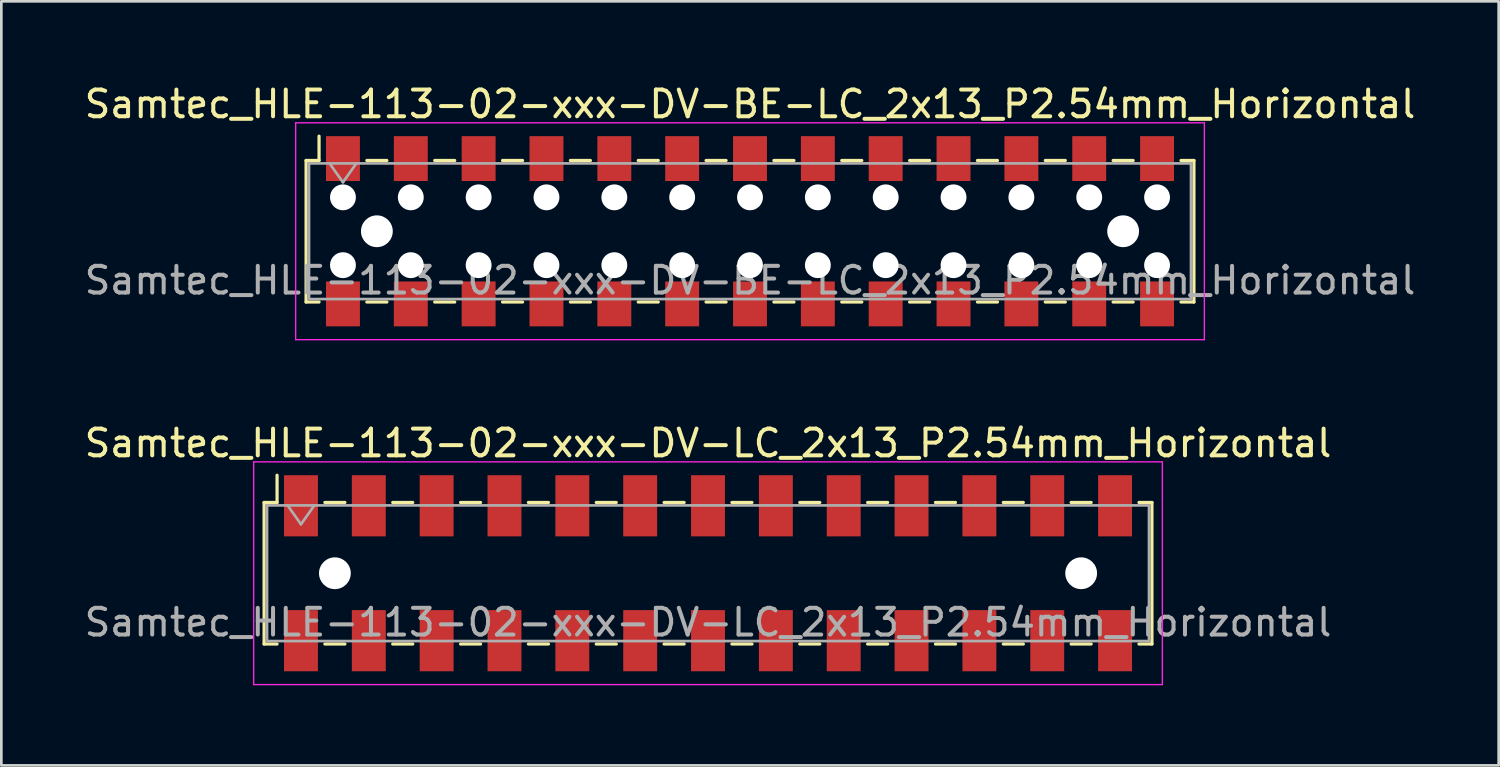
<source format=kicad_pcb>
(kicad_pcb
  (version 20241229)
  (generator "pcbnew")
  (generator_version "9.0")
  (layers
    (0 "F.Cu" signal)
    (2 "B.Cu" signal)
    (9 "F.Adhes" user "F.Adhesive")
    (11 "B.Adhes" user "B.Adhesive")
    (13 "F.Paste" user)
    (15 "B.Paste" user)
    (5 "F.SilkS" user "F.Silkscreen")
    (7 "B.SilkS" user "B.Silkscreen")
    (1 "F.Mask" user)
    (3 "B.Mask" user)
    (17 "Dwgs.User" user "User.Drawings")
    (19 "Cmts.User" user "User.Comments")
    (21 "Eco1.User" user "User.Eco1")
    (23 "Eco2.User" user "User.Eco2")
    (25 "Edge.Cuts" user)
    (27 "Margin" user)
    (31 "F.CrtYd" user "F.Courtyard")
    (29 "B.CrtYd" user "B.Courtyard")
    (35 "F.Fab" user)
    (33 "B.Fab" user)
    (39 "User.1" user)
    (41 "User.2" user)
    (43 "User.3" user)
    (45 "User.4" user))
  (footprint "Samtec_HLE-113-02-xxx-DV-LC_2x13_P2.54mm_Horizontal"
    (layer "F.Cu")
    (at 23.458 18.412)
    (property "Reference" "Samtec_HLE-113-02-xxx-DV-LC_2x13_P2.54mm_Horizontal" (at 0 -4.87 0) (layer "F.SilkS") (effects (font (size 1 1) (thickness 0.15))))
    (attr smd)
    (fp_line (start -16.62 -2.65) (end -16.62 2.65) (stroke (width 0.12) (type solid)) (layer "F.SilkS"))
    (fp_line (start -16.62 2.65) (end -16.135 2.65) (stroke (width 0.12) (type solid)) (layer "F.SilkS"))
    (fp_line (start -16.135 -3.67) (end -16.135 -2.65) (stroke (width 0.12) (type solid)) (layer "F.SilkS"))
    (fp_line (start -16.135 -2.65) (end -16.62 -2.65) (stroke (width 0.12) (type solid)) (layer "F.SilkS"))
    (fp_line (start -14.345 -2.65) (end -13.595 -2.65) (stroke (width 0.12) (type solid)) (layer "F.SilkS"))
    (fp_line (start -14.345 2.65) (end -13.595 2.65) (stroke (width 0.12) (type solid)) (layer "F.SilkS"))
    (fp_line (start -11.805 -2.65) (end -11.055 -2.65) (stroke (width 0.12) (type solid)) (layer "F.SilkS"))
    (fp_line (start -11.805 2.65) (end -11.055 2.65) (stroke (width 0.12) (type solid)) (layer "F.SilkS"))
    (fp_line (start -9.265 -2.65) (end -8.515 -2.65) (stroke (width 0.12) (type solid)) (layer "F.SilkS"))
    (fp_line (start -9.265 2.65) (end -8.515 2.65) (stroke (width 0.12) (type solid)) (layer "F.SilkS"))
    (fp_line (start -6.725 -2.65) (end -5.975 -2.65) (stroke (width 0.12) (type solid)) (layer "F.SilkS"))
    (fp_line (start -6.725 2.65) (end -5.975 2.65) (stroke (width 0.12) (type solid)) (layer "F.SilkS"))
    (fp_line (start -4.185 -2.65) (end -3.435 -2.65) (stroke (width 0.12) (type solid)) (layer "F.SilkS"))
    (fp_line (start -4.185 2.65) (end -3.435 2.65) (stroke (width 0.12) (type solid)) (layer "F.SilkS"))
    (fp_line (start -1.645 -2.65) (end -0.895 -2.65) (stroke (width 0.12) (type solid)) (layer "F.SilkS"))
    (fp_line (start -1.645 2.65) (end -0.895 2.65) (stroke (width 0.12) (type solid)) (layer "F.SilkS"))
    (fp_line (start 0.895 -2.65) (end 1.645 -2.65) (stroke (width 0.12) (type solid)) (layer "F.SilkS"))
    (fp_line (start 0.895 2.65) (end 1.645 2.65) (stroke (width 0.12) (type solid)) (layer "F.SilkS"))
    (fp_line (start 3.435 -2.65) (end 4.185 -2.65) (stroke (width 0.12) (type solid)) (layer "F.SilkS"))
    (fp_line (start 3.435 2.65) (end 4.185 2.65) (stroke (width 0.12) (type solid)) (layer "F.SilkS"))
    (fp_line (start 5.975 -2.65) (end 6.725 -2.65) (stroke (width 0.12) (type solid)) (layer "F.SilkS"))
    (fp_line (start 5.975 2.65) (end 6.725 2.65) (stroke (width 0.12) (type solid)) (layer "F.SilkS"))
    (fp_line (start 8.515 -2.65) (end 9.265 -2.65) (stroke (width 0.12) (type solid)) (layer "F.SilkS"))
    (fp_line (start 8.515 2.65) (end 9.265 2.65) (stroke (width 0.12) (type solid)) (layer "F.SilkS"))
    (fp_line (start 11.055 -2.65) (end 11.805 -2.65) (stroke (width 0.12) (type solid)) (layer "F.SilkS"))
    (fp_line (start 11.055 2.65) (end 11.805 2.65) (stroke (width 0.12) (type solid)) (layer "F.SilkS"))
    (fp_line (start 13.595 -2.65) (end 14.345 -2.65) (stroke (width 0.12) (type solid)) (layer "F.SilkS"))
    (fp_line (start 13.595 2.65) (end 14.345 2.65) (stroke (width 0.12) (type solid)) (layer "F.SilkS"))
    (fp_line (start 16.135 -2.65) (end 16.62 -2.65) (stroke (width 0.12) (type solid)) (layer "F.SilkS"))
    (fp_line (start 16.62 -2.65) (end 16.62 2.65) (stroke (width 0.12) (type solid)) (layer "F.SilkS"))
    (fp_line (start 16.62 2.65) (end 16.135 2.65) (stroke (width 0.12) (type solid)) (layer "F.SilkS"))
    (fp_line (start -17.01 -4.17) (end 17.01 -4.17) (stroke (width 0.05) (type solid)) (layer "F.CrtYd"))
    (fp_line (start -17.01 4.17) (end -17.01 -4.17) (stroke (width 0.05) (type solid)) (layer "F.CrtYd"))
    (fp_line (start 17.01 -4.17) (end 17.01 4.17) (stroke (width 0.05) (type solid)) (layer "F.CrtYd"))
    (fp_line (start 17.01 4.17) (end -17.01 4.17) (stroke (width 0.05) (type solid)) (layer "F.CrtYd"))
    (fp_line (start -16.51 -2.54) (end 16.51 -2.54) (stroke (width 0.1) (type solid)) (layer "F.Fab"))
    (fp_line (start -16.51 2.54) (end -16.51 -2.54) (stroke (width 0.1) (type solid)) (layer "F.Fab"))
    (fp_line (start -15.74 -2.54) (end -15.24 -1.833) (stroke (width 0.1) (type solid)) (layer "F.Fab"))
    (fp_line (start -15.24 -1.833) (end -14.74 -2.54) (stroke (width 0.1) (type solid)) (layer "F.Fab"))
    (fp_line (start 16.51 -2.54) (end 16.51 2.54) (stroke (width 0.1) (type solid)) (layer "F.Fab"))
    (fp_line (start 16.51 2.54) (end -16.51 2.54) (stroke (width 0.1) (type solid)) (layer "F.Fab"))
    (fp_text user "${REFERENCE}" (at 0 1.84 0) (layer "F.Fab") (effects (font (size 1 1) (thickness 0.15))))
    (pad "" np_thru_hole circle (at -13.97 0) (size 1.19 1.19) (drill 1.19) (layers "*.Cu" "*.Mask"))
    (pad "" np_thru_hole circle (at 13.97 0) (size 1.19 1.19) (drill 1.19) (layers "*.Cu" "*.Mask"))
    (pad "1" smd rect (at -15.24 -2.525) (size 1.27 2.29) (layers "F.Cu" "F.Mask" "F.Paste"))
    (pad "2" smd rect (at -15.24 2.525) (size 1.27 2.29) (layers "F.Cu" "F.Mask" "F.Paste"))
    (pad "3" smd rect (at -12.7 -2.525) (size 1.27 2.29) (layers "F.Cu" "F.Mask" "F.Paste"))
    (pad "4" smd rect (at -12.7 2.525) (size 1.27 2.29) (layers "F.Cu" "F.Mask" "F.Paste"))
    (pad "5" smd rect (at -10.16 -2.525) (size 1.27 2.29) (layers "F.Cu" "F.Mask" "F.Paste"))
    (pad "6" smd rect (at -10.16 2.525) (size 1.27 2.29) (layers "F.Cu" "F.Mask" "F.Paste"))
    (pad "7" smd rect (at -7.62 -2.525) (size 1.27 2.29) (layers "F.Cu" "F.Mask" "F.Paste"))
    (pad "8" smd rect (at -7.62 2.525) (size 1.27 2.29) (layers "F.Cu" "F.Mask" "F.Paste"))
    (pad "9" smd rect (at -5.08 -2.525) (size 1.27 2.29) (layers "F.Cu" "F.Mask" "F.Paste"))
    (pad "10" smd rect (at -5.08 2.525) (size 1.27 2.29) (layers "F.Cu" "F.Mask" "F.Paste"))
    (pad "11" smd rect (at -2.54 -2.525) (size 1.27 2.29) (layers "F.Cu" "F.Mask" "F.Paste"))
    (pad "12" smd rect (at -2.54 2.525) (size 1.27 2.29) (layers "F.Cu" "F.Mask" "F.Paste"))
    (pad "13" smd rect (at 0 -2.525) (size 1.27 2.29) (layers "F.Cu" "F.Mask" "F.Paste"))
    (pad "14" smd rect (at 0 2.525) (size 1.27 2.29) (layers "F.Cu" "F.Mask" "F.Paste"))
    (pad "15" smd rect (at 2.54 -2.525) (size 1.27 2.29) (layers "F.Cu" "F.Mask" "F.Paste"))
    (pad "16" smd rect (at 2.54 2.525) (size 1.27 2.29) (layers "F.Cu" "F.Mask" "F.Paste"))
    (pad "17" smd rect (at 5.08 -2.525) (size 1.27 2.29) (layers "F.Cu" "F.Mask" "F.Paste"))
    (pad "18" smd rect (at 5.08 2.525) (size 1.27 2.29) (layers "F.Cu" "F.Mask" "F.Paste"))
    (pad "19" smd rect (at 7.62 -2.525) (size 1.27 2.29) (layers "F.Cu" "F.Mask" "F.Paste"))
    (pad "20" smd rect (at 7.62 2.525) (size 1.27 2.29) (layers "F.Cu" "F.Mask" "F.Paste"))
    (pad "21" smd rect (at 10.16 -2.525) (size 1.27 2.29) (layers "F.Cu" "F.Mask" "F.Paste"))
    (pad "22" smd rect (at 10.16 2.525) (size 1.27 2.29) (layers "F.Cu" "F.Mask" "F.Paste"))
    (pad "23" smd rect (at 12.7 -2.525) (size 1.27 2.29) (layers "F.Cu" "F.Mask" "F.Paste"))
    (pad "24" smd rect (at 12.7 2.525) (size 1.27 2.29) (layers "F.Cu" "F.Mask" "F.Paste"))
    (pad "25" smd rect (at 15.24 -2.525) (size 1.27 2.29) (layers "F.Cu" "F.Mask" "F.Paste"))
    (pad "26" smd rect (at 15.24 2.525) (size 1.27 2.29) (layers "F.Cu" "F.Mask" "F.Paste")))
  (footprint "Samtec_HLE-113-02-xxx-DV-BE-LC_2x13_P2.54mm_Horizontal"
    (layer "F.Cu")
    (at 25.03 5.608)
    (property "Reference" "Samtec_HLE-113-02-xxx-DV-BE-LC_2x13_P2.54mm_Horizontal" (at 0 -4.76 0) (layer "F.SilkS") (effects (font (size 1 1) (thickness 0.15))))
    (attr smd)
    (fp_line (start -16.62 -2.65) (end -16.62 2.65) (stroke (width 0.12) (type solid)) (layer "F.SilkS"))
    (fp_line (start -16.62 2.65) (end -16.135 2.65) (stroke (width 0.12) (type solid)) (layer "F.SilkS"))
    (fp_line (start -16.135 -3.56) (end -16.135 -2.65) (stroke (width 0.12) (type solid)) (layer "F.SilkS"))
    (fp_line (start -16.135 -2.65) (end -16.62 -2.65) (stroke (width 0.12) (type solid)) (layer "F.SilkS"))
    (fp_line (start -14.345 -2.65) (end -13.595 -2.65) (stroke (width 0.12) (type solid)) (layer "F.SilkS"))
    (fp_line (start -14.345 2.65) (end -13.595 2.65) (stroke (width 0.12) (type solid)) (layer "F.SilkS"))
    (fp_line (start -11.805 -2.65) (end -11.055 -2.65) (stroke (width 0.12) (type solid)) (layer "F.SilkS"))
    (fp_line (start -11.805 2.65) (end -11.055 2.65) (stroke (width 0.12) (type solid)) (layer "F.SilkS"))
    (fp_line (start -9.265 -2.65) (end -8.515 -2.65) (stroke (width 0.12) (type solid)) (layer "F.SilkS"))
    (fp_line (start -9.265 2.65) (end -8.515 2.65) (stroke (width 0.12) (type solid)) (layer "F.SilkS"))
    (fp_line (start -6.725 -2.65) (end -5.975 -2.65) (stroke (width 0.12) (type solid)) (layer "F.SilkS"))
    (fp_line (start -6.725 2.65) (end -5.975 2.65) (stroke (width 0.12) (type solid)) (layer "F.SilkS"))
    (fp_line (start -4.185 -2.65) (end -3.435 -2.65) (stroke (width 0.12) (type solid)) (layer "F.SilkS"))
    (fp_line (start -4.185 2.65) (end -3.435 2.65) (stroke (width 0.12) (type solid)) (layer "F.SilkS"))
    (fp_line (start -1.645 -2.65) (end -0.895 -2.65) (stroke (width 0.12) (type solid)) (layer "F.SilkS"))
    (fp_line (start -1.645 2.65) (end -0.895 2.65) (stroke (width 0.12) (type solid)) (layer "F.SilkS"))
    (fp_line (start 0.895 -2.65) (end 1.645 -2.65) (stroke (width 0.12) (type solid)) (layer "F.SilkS"))
    (fp_line (start 0.895 2.65) (end 1.645 2.65) (stroke (width 0.12) (type solid)) (layer "F.SilkS"))
    (fp_line (start 3.435 -2.65) (end 4.185 -2.65) (stroke (width 0.12) (type solid)) (layer "F.SilkS"))
    (fp_line (start 3.435 2.65) (end 4.185 2.65) (stroke (width 0.12) (type solid)) (layer "F.SilkS"))
    (fp_line (start 5.975 -2.65) (end 6.725 -2.65) (stroke (width 0.12) (type solid)) (layer "F.SilkS"))
    (fp_line (start 5.975 2.65) (end 6.725 2.65) (stroke (width 0.12) (type solid)) (layer "F.SilkS"))
    (fp_line (start 8.515 -2.65) (end 9.265 -2.65) (stroke (width 0.12) (type solid)) (layer "F.SilkS"))
    (fp_line (start 8.515 2.65) (end 9.265 2.65) (stroke (width 0.12) (type solid)) (layer "F.SilkS"))
    (fp_line (start 11.055 -2.65) (end 11.805 -2.65) (stroke (width 0.12) (type solid)) (layer "F.SilkS"))
    (fp_line (start 11.055 2.65) (end 11.805 2.65) (stroke (width 0.12) (type solid)) (layer "F.SilkS"))
    (fp_line (start 13.595 -2.65) (end 14.345 -2.65) (stroke (width 0.12) (type solid)) (layer "F.SilkS"))
    (fp_line (start 13.595 2.65) (end 14.345 2.65) (stroke (width 0.12) (type solid)) (layer "F.SilkS"))
    (fp_line (start 16.135 -2.65) (end 16.62 -2.65) (stroke (width 0.12) (type solid)) (layer "F.SilkS"))
    (fp_line (start 16.62 -2.65) (end 16.62 2.65) (stroke (width 0.12) (type solid)) (layer "F.SilkS"))
    (fp_line (start 16.62 2.65) (end 16.135 2.65) (stroke (width 0.12) (type solid)) (layer "F.SilkS"))
    (fp_line (start -17.01 -4.06) (end 17.01 -4.06) (stroke (width 0.05) (type solid)) (layer "F.CrtYd"))
    (fp_line (start -17.01 4.06) (end -17.01 -4.06) (stroke (width 0.05) (type solid)) (layer "F.CrtYd"))
    (fp_line (start 17.01 -4.06) (end 17.01 4.06) (stroke (width 0.05) (type solid)) (layer "F.CrtYd"))
    (fp_line (start 17.01 4.06) (end -17.01 4.06) (stroke (width 0.05) (type solid)) (layer "F.CrtYd"))
    (fp_line (start -16.51 -2.54) (end 16.51 -2.54) (stroke (width 0.1) (type solid)) (layer "F.Fab"))
    (fp_line (start -16.51 2.54) (end -16.51 -2.54) (stroke (width 0.1) (type solid)) (layer "F.Fab"))
    (fp_line (start -15.74 -2.54) (end -15.24 -1.833) (stroke (width 0.1) (type solid)) (layer "F.Fab"))
    (fp_line (start -15.24 -1.833) (end -14.74 -2.54) (stroke (width 0.1) (type solid)) (layer "F.Fab"))
    (fp_line (start 16.51 -2.54) (end 16.51 2.54) (stroke (width 0.1) (type solid)) (layer "F.Fab"))
    (fp_line (start 16.51 2.54) (end -16.51 2.54) (stroke (width 0.1) (type solid)) (layer "F.Fab"))
    (fp_text user "${REFERENCE}" (at 0 1.84 0) (layer "F.Fab") (effects (font (size 1 1) (thickness 0.15))))
    (pad "" np_thru_hole circle (at -15.24 -1.27) (size 0.97 0.97) (drill 0.97) (layers "*.Cu" "*.Mask"))
    (pad "" np_thru_hole circle (at -15.24 1.27) (size 0.97 0.97) (drill 0.97) (layers "*.Cu" "*.Mask"))
    (pad "" np_thru_hole circle (at -13.97 0) (size 1.19 1.19) (drill 1.19) (layers "*.Cu" "*.Mask"))
    (pad "" np_thru_hole circle (at -12.7 -1.27) (size 0.97 0.97) (drill 0.97) (layers "*.Cu" "*.Mask"))
    (pad "" np_thru_hole circle (at -12.7 1.27) (size 0.97 0.97) (drill 0.97) (layers "*.Cu" "*.Mask"))
    (pad "" np_thru_hole circle (at -10.16 -1.27) (size 0.97 0.97) (drill 0.97) (layers "*.Cu" "*.Mask"))
    (pad "" np_thru_hole circle (at -10.16 1.27) (size 0.97 0.97) (drill 0.97) (layers "*.Cu" "*.Mask"))
    (pad "" np_thru_hole circle (at -7.62 -1.27) (size 0.97 0.97) (drill 0.97) (layers "*.Cu" "*.Mask"))
    (pad "" np_thru_hole circle (at -7.62 1.27) (size 0.97 0.97) (drill 0.97) (layers "*.Cu" "*.Mask"))
    (pad "" np_thru_hole circle (at -5.08 -1.27) (size 0.97 0.97) (drill 0.97) (layers "*.Cu" "*.Mask"))
    (pad "" np_thru_hole circle (at -5.08 1.27) (size 0.97 0.97) (drill 0.97) (layers "*.Cu" "*.Mask"))
    (pad "" np_thru_hole circle (at -2.54 -1.27) (size 0.97 0.97) (drill 0.97) (layers "*.Cu" "*.Mask"))
    (pad "" np_thru_hole circle (at -2.54 1.27) (size 0.97 0.97) (drill 0.97) (layers "*.Cu" "*.Mask"))
    (pad "" np_thru_hole circle (at 0 -1.27) (size 0.97 0.97) (drill 0.97) (layers "*.Cu" "*.Mask"))
    (pad "" np_thru_hole circle (at 0 1.27) (size 0.97 0.97) (drill 0.97) (layers "*.Cu" "*.Mask"))
    (pad "" np_thru_hole circle (at 2.54 -1.27) (size 0.97 0.97) (drill 0.97) (layers "*.Cu" "*.Mask"))
    (pad "" np_thru_hole circle (at 2.54 1.27) (size 0.97 0.97) (drill 0.97) (layers "*.Cu" "*.Mask"))
    (pad "" np_thru_hole circle (at 5.08 -1.27) (size 0.97 0.97) (drill 0.97) (layers "*.Cu" "*.Mask"))
    (pad "" np_thru_hole circle (at 5.08 1.27) (size 0.97 0.97) (drill 0.97) (layers "*.Cu" "*.Mask"))
    (pad "" np_thru_hole circle (at 7.62 -1.27) (size 0.97 0.97) (drill 0.97) (layers "*.Cu" "*.Mask"))
    (pad "" np_thru_hole circle (at 7.62 1.27) (size 0.97 0.97) (drill 0.97) (layers "*.Cu" "*.Mask"))
    (pad "" np_thru_hole circle (at 10.16 -1.27) (size 0.97 0.97) (drill 0.97) (layers "*.Cu" "*.Mask"))
    (pad "" np_thru_hole circle (at 10.16 1.27) (size 0.97 0.97) (drill 0.97) (layers "*.Cu" "*.Mask"))
    (pad "" np_thru_hole circle (at 12.7 -1.27) (size 0.97 0.97) (drill 0.97) (layers "*.Cu" "*.Mask"))
    (pad "" np_thru_hole circle (at 12.7 1.27) (size 0.97 0.97) (drill 0.97) (layers "*.Cu" "*.Mask"))
    (pad "" np_thru_hole circle (at 13.97 0) (size 1.19 1.19) (drill 1.19) (layers "*.Cu" "*.Mask"))
    (pad "" np_thru_hole circle (at 15.24 -1.27) (size 0.97 0.97) (drill 0.97) (layers "*.Cu" "*.Mask"))
    (pad "" np_thru_hole circle (at 15.24 1.27) (size 0.97 0.97) (drill 0.97) (layers "*.Cu" "*.Mask"))
    (pad "1" smd rect (at -15.24 -2.72) (size 1.27 1.68) (layers "F.Cu" "F.Mask" "F.Paste"))
    (pad "2" smd rect (at -15.24 2.72) (size 1.27 1.68) (layers "F.Cu" "F.Mask" "F.Paste"))
    (pad "3" smd rect (at -12.7 -2.72) (size 1.27 1.68) (layers "F.Cu" "F.Mask" "F.Paste"))
    (pad "4" smd rect (at -12.7 2.72) (size 1.27 1.68) (layers "F.Cu" "F.Mask" "F.Paste"))
    (pad "5" smd rect (at -10.16 -2.72) (size 1.27 1.68) (layers "F.Cu" "F.Mask" "F.Paste"))
    (pad "6" smd rect (at -10.16 2.72) (size 1.27 1.68) (layers "F.Cu" "F.Mask" "F.Paste"))
    (pad "7" smd rect (at -7.62 -2.72) (size 1.27 1.68) (layers "F.Cu" "F.Mask" "F.Paste"))
    (pad "8" smd rect (at -7.62 2.72) (size 1.27 1.68) (layers "F.Cu" "F.Mask" "F.Paste"))
    (pad "9" smd rect (at -5.08 -2.72) (size 1.27 1.68) (layers "F.Cu" "F.Mask" "F.Paste"))
    (pad "10" smd rect (at -5.08 2.72) (size 1.27 1.68) (layers "F.Cu" "F.Mask" "F.Paste"))
    (pad "11" smd rect (at -2.54 -2.72) (size 1.27 1.68) (layers "F.Cu" "F.Mask" "F.Paste"))
    (pad "12" smd rect (at -2.54 2.72) (size 1.27 1.68) (layers "F.Cu" "F.Mask" "F.Paste"))
    (pad "13" smd rect (at 0 -2.72) (size 1.27 1.68) (layers "F.Cu" "F.Mask" "F.Paste"))
    (pad "14" smd rect (at 0 2.72) (size 1.27 1.68) (layers "F.Cu" "F.Mask" "F.Paste"))
    (pad "15" smd rect (at 2.54 -2.72) (size 1.27 1.68) (layers "F.Cu" "F.Mask" "F.Paste"))
    (pad "16" smd rect (at 2.54 2.72) (size 1.27 1.68) (layers "F.Cu" "F.Mask" "F.Paste"))
    (pad "17" smd rect (at 5.08 -2.72) (size 1.27 1.68) (layers "F.Cu" "F.Mask" "F.Paste"))
    (pad "18" smd rect (at 5.08 2.72) (size 1.27 1.68) (layers "F.Cu" "F.Mask" "F.Paste"))
    (pad "19" smd rect (at 7.62 -2.72) (size 1.27 1.68) (layers "F.Cu" "F.Mask" "F.Paste"))
    (pad "20" smd rect (at 7.62 2.72) (size 1.27 1.68) (layers "F.Cu" "F.Mask" "F.Paste"))
    (pad "21" smd rect (at 10.16 -2.72) (size 1.27 1.68) (layers "F.Cu" "F.Mask" "F.Paste"))
    (pad "22" smd rect (at 10.16 2.72) (size 1.27 1.68) (layers "F.Cu" "F.Mask" "F.Paste"))
    (pad "23" smd rect (at 12.7 -2.72) (size 1.27 1.68) (layers "F.Cu" "F.Mask" "F.Paste"))
    (pad "24" smd rect (at 12.7 2.72) (size 1.27 1.68) (layers "F.Cu" "F.Mask" "F.Paste"))
    (pad "25" smd rect (at 15.24 -2.72) (size 1.27 1.68) (layers "F.Cu" "F.Mask" "F.Paste"))
    (pad "26" smd rect (at 15.24 2.72) (size 1.27 1.68) (layers "F.Cu" "F.Mask" "F.Paste")))
  (gr_rect
    (start -3 -3)
    (end 53.06 25.607)
    (stroke (width 0.1) (type default))
    (fill no)
    (layer "Edge.Cuts")))
</source>
